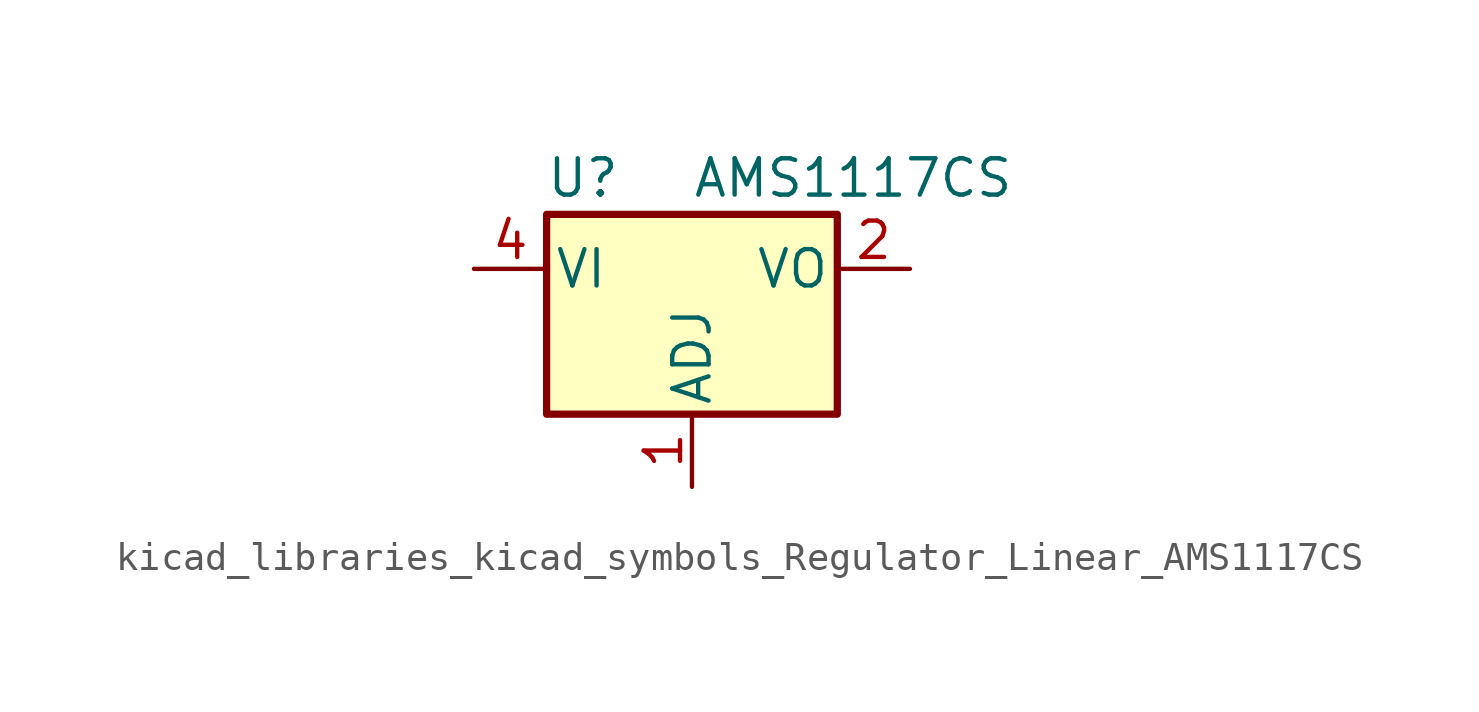
<source format=kicad_sym>
(kicad_symbol_lib
  (version 20220914)
  (generator kicad_symbol_editor)
  (symbol "kicad_libraries_kicad_symbols_Regulator_Linear_AMS1117CS"
    (pin_names
      (offset 0.254))
    (property "Reference" "U"
      (at -3.81 3.175 0)
      (effects (font (size 1.27 1.27))))
    (property "Value" "AMS1117CS"
      (at 0 3.175 0)
      (effects (font (size 1.27 1.27)) (justify left)))
    (symbol "kicad_libraries_kicad_symbols_Regulator_Linear_AMS1117CS_0_1"
      (rectangle (start -5.08 -5.08) (end 5.08 1.905) (stroke (width 0.254) (type default)) (fill (type background))))
    (symbol "kicad_libraries_kicad_symbols_Regulator_Linear_AMS1117CS_1_1"
      (pin input line (at 0 -7.62 90) (length 2.54) (name "ADJ" (effects (font (size 1.27 1.27)))) (number "1" (effects (font (size 1.27 1.27)))))
      (pin power_out line (at 7.62 0 180) (length 2.54) (name "VO" (effects (font (size 1.27 1.27)))) (number "2" (effects (font (size 1.27 1.27)))))
      (pin passive line (at 7.62 0 180) (length 2.54) hide (name "VO" (effects (font (size 1.27 1.27)))) (number "3" (effects (font (size 1.27 1.27)))))
      (pin power_in line (at -7.62 0 0) (length 2.54) (name "VI" (effects (font (size 1.27 1.27)))) (number "4" (effects (font (size 1.27 1.27)))))
      (pin no_connect line (at -2.54 -2.54 180) (length 2.54) hide (name "NC" (effects (font (size 1.27 1.27)))) (number "5" (effects (font (size 1.27 1.27)))))
      (pin passive line (at 7.62 0 180) (length 2.54) hide (name "VO" (effects (font (size 1.27 1.27)))) (number "6" (effects (font (size 1.27 1.27)))))
      (pin passive line (at 7.62 0 180) (length 2.54) hide (name "VO" (effects (font (size 1.27 1.27)))) (number "7" (effects (font (size 1.27 1.27)))))
      (pin no_connect line (at 2.54 -2.54 0) (length 2.54) hide (name "NC" (effects (font (size 1.27 1.27)))) (number "8" (effects (font (size 1.27 1.27))))))))
</source>
